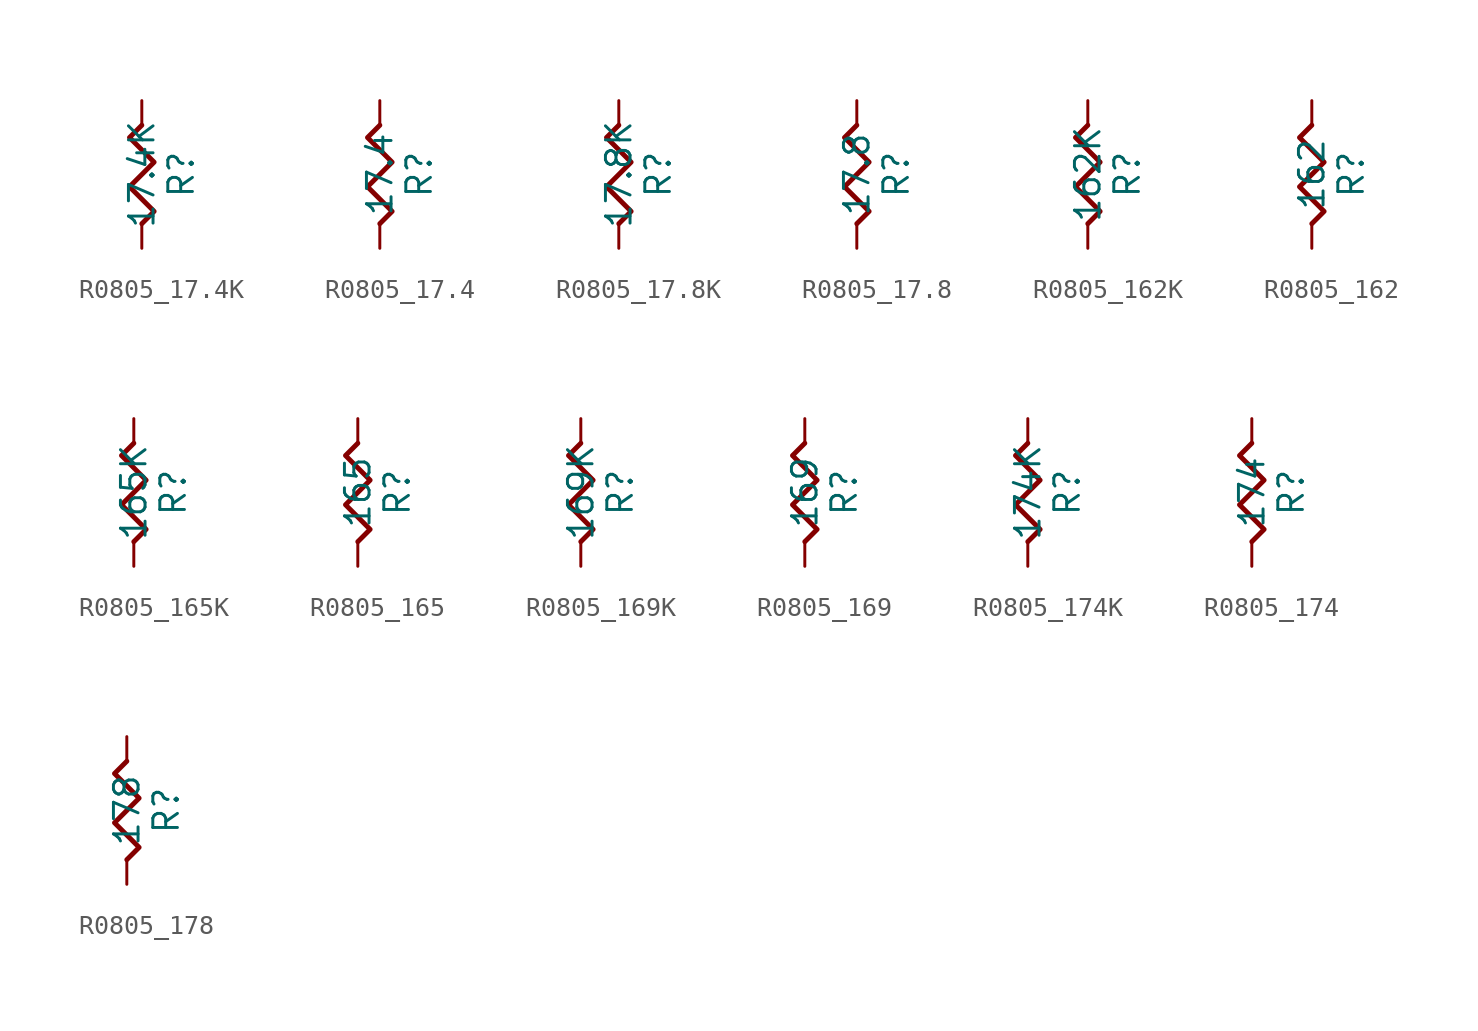
<source format=kicad_sym>
(kicad_symbol_lib
  (version 20211014)
  (generator atlantix-eda)
  (symbol "R0805_17.4K"
    (pin_numbers hide)
    (pin_names
      (offset 0))
    (property "Reference" "R"
      (at 2.032 0 90)
      (effects (font (size 1.27 1.27))))
    (property "Value" "17.4K"
      (at 0 0 90)
      (effects (font (size 1.27 1.27))))
    (symbol "R0805_17.4K_0_1"
      (polyline (pts (xy 0 -2.54) (xy 0.635 -1.905) (xy -0.635 -0.635) (xy 0.635 0.635) (xy -0.635 1.905) (xy 0 2.54)) (stroke (width 0.254) (type default) (color 0 0 0 0)) (fill (type none))))
    (symbol "R0805_17.4K_1_1"
      (pin passive line (at 0 3.81 270) (length 1.27) (name "~" (effects (font (size 1.27 1.27)))) (number "1" (effects (font (size 1.27 1.27)))))
      (pin passive line (at 0 -3.81 90) (length 1.27) (name "~" (effects (font (size 1.27 1.27)))) (number "2" (effects (font (size 1.27 1.27)))))))
  (symbol "R0805_17.4"
    (pin_numbers hide)
    (pin_names
      (offset 0))
    (property "Reference" "R"
      (at 2.032 0 90)
      (effects (font (size 1.27 1.27))))
    (property "Value" "17.4"
      (at 0 0 90)
      (effects (font (size 1.27 1.27))))
    (symbol "R0805_17.4_0_1"
      (polyline (pts (xy 0 -2.54) (xy 0.635 -1.905) (xy -0.635 -0.635) (xy 0.635 0.635) (xy -0.635 1.905) (xy 0 2.54)) (stroke (width 0.254) (type default) (color 0 0 0 0)) (fill (type none))))
    (symbol "R0805_17.4_1_1"
      (pin passive line (at 0 3.81 270) (length 1.27) (name "~" (effects (font (size 1.27 1.27)))) (number "1" (effects (font (size 1.27 1.27)))))
      (pin passive line (at 0 -3.81 90) (length 1.27) (name "~" (effects (font (size 1.27 1.27)))) (number "2" (effects (font (size 1.27 1.27)))))))
  (symbol "R0805_17.8K"
    (pin_numbers hide)
    (pin_names
      (offset 0))
    (property "Reference" "R"
      (at 2.032 0 90)
      (effects (font (size 1.27 1.27))))
    (property "Value" "17.8K"
      (at 0 0 90)
      (effects (font (size 1.27 1.27))))
    (symbol "R0805_17.8K_0_1"
      (polyline (pts (xy 0 -2.54) (xy 0.635 -1.905) (xy -0.635 -0.635) (xy 0.635 0.635) (xy -0.635 1.905) (xy 0 2.54)) (stroke (width 0.254) (type default) (color 0 0 0 0)) (fill (type none))))
    (symbol "R0805_17.8K_1_1"
      (pin passive line (at 0 3.81 270) (length 1.27) (name "~" (effects (font (size 1.27 1.27)))) (number "1" (effects (font (size 1.27 1.27)))))
      (pin passive line (at 0 -3.81 90) (length 1.27) (name "~" (effects (font (size 1.27 1.27)))) (number "2" (effects (font (size 1.27 1.27)))))))
  (symbol "R0805_17.8"
    (pin_numbers hide)
    (pin_names
      (offset 0))
    (property "Reference" "R"
      (at 2.032 0 90)
      (effects (font (size 1.27 1.27))))
    (property "Value" "17.8"
      (at 0 0 90)
      (effects (font (size 1.27 1.27))))
    (symbol "R0805_17.8_0_1"
      (polyline (pts (xy 0 -2.54) (xy 0.635 -1.905) (xy -0.635 -0.635) (xy 0.635 0.635) (xy -0.635 1.905) (xy 0 2.54)) (stroke (width 0.254) (type default) (color 0 0 0 0)) (fill (type none))))
    (symbol "R0805_17.8_1_1"
      (pin passive line (at 0 3.81 270) (length 1.27) (name "~" (effects (font (size 1.27 1.27)))) (number "1" (effects (font (size 1.27 1.27)))))
      (pin passive line (at 0 -3.81 90) (length 1.27) (name "~" (effects (font (size 1.27 1.27)))) (number "2" (effects (font (size 1.27 1.27)))))))
  (symbol "R0805_162K"
    (pin_numbers hide)
    (pin_names
      (offset 0))
    (property "Reference" "R"
      (at 2.032 0 90)
      (effects (font (size 1.27 1.27))))
    (property "Value" "162K"
      (at 0 0 90)
      (effects (font (size 1.27 1.27))))
    (symbol "R0805_162K_0_1"
      (polyline (pts (xy 0 -2.54) (xy 0.635 -1.905) (xy -0.635 -0.635) (xy 0.635 0.635) (xy -0.635 1.905) (xy 0 2.54)) (stroke (width 0.254) (type default) (color 0 0 0 0)) (fill (type none))))
    (symbol "R0805_162K_1_1"
      (pin passive line (at 0 3.81 270) (length 1.27) (name "~" (effects (font (size 1.27 1.27)))) (number "1" (effects (font (size 1.27 1.27)))))
      (pin passive line (at 0 -3.81 90) (length 1.27) (name "~" (effects (font (size 1.27 1.27)))) (number "2" (effects (font (size 1.27 1.27)))))))
  (symbol "R0805_162"
    (pin_numbers hide)
    (pin_names
      (offset 0))
    (property "Reference" "R"
      (at 2.032 0 90)
      (effects (font (size 1.27 1.27))))
    (property "Value" "162"
      (at 0 0 90)
      (effects (font (size 1.27 1.27))))
    (symbol "R0805_162_0_1"
      (polyline (pts (xy 0 -2.54) (xy 0.635 -1.905) (xy -0.635 -0.635) (xy 0.635 0.635) (xy -0.635 1.905) (xy 0 2.54)) (stroke (width 0.254) (type default) (color 0 0 0 0)) (fill (type none))))
    (symbol "R0805_162_1_1"
      (pin passive line (at 0 3.81 270) (length 1.27) (name "~" (effects (font (size 1.27 1.27)))) (number "1" (effects (font (size 1.27 1.27)))))
      (pin passive line (at 0 -3.81 90) (length 1.27) (name "~" (effects (font (size 1.27 1.27)))) (number "2" (effects (font (size 1.27 1.27)))))))
  (symbol "R0805_165K"
    (pin_numbers hide)
    (pin_names
      (offset 0))
    (property "Reference" "R"
      (at 2.032 0 90)
      (effects (font (size 1.27 1.27))))
    (property "Value" "165K"
      (at 0 0 90)
      (effects (font (size 1.27 1.27))))
    (symbol "R0805_165K_0_1"
      (polyline (pts (xy 0 -2.54) (xy 0.635 -1.905) (xy -0.635 -0.635) (xy 0.635 0.635) (xy -0.635 1.905) (xy 0 2.54)) (stroke (width 0.254) (type default) (color 0 0 0 0)) (fill (type none))))
    (symbol "R0805_165K_1_1"
      (pin passive line (at 0 3.81 270) (length 1.27) (name "~" (effects (font (size 1.27 1.27)))) (number "1" (effects (font (size 1.27 1.27)))))
      (pin passive line (at 0 -3.81 90) (length 1.27) (name "~" (effects (font (size 1.27 1.27)))) (number "2" (effects (font (size 1.27 1.27)))))))
  (symbol "R0805_165"
    (pin_numbers hide)
    (pin_names
      (offset 0))
    (property "Reference" "R"
      (at 2.032 0 90)
      (effects (font (size 1.27 1.27))))
    (property "Value" "165"
      (at 0 0 90)
      (effects (font (size 1.27 1.27))))
    (symbol "R0805_165_0_1"
      (polyline (pts (xy 0 -2.54) (xy 0.635 -1.905) (xy -0.635 -0.635) (xy 0.635 0.635) (xy -0.635 1.905) (xy 0 2.54)) (stroke (width 0.254) (type default) (color 0 0 0 0)) (fill (type none))))
    (symbol "R0805_165_1_1"
      (pin passive line (at 0 3.81 270) (length 1.27) (name "~" (effects (font (size 1.27 1.27)))) (number "1" (effects (font (size 1.27 1.27)))))
      (pin passive line (at 0 -3.81 90) (length 1.27) (name "~" (effects (font (size 1.27 1.27)))) (number "2" (effects (font (size 1.27 1.27)))))))
  (symbol "R0805_169K"
    (pin_numbers hide)
    (pin_names
      (offset 0))
    (property "Reference" "R"
      (at 2.032 0 90)
      (effects (font (size 1.27 1.27))))
    (property "Value" "169K"
      (at 0 0 90)
      (effects (font (size 1.27 1.27))))
    (symbol "R0805_169K_0_1"
      (polyline (pts (xy 0 -2.54) (xy 0.635 -1.905) (xy -0.635 -0.635) (xy 0.635 0.635) (xy -0.635 1.905) (xy 0 2.54)) (stroke (width 0.254) (type default) (color 0 0 0 0)) (fill (type none))))
    (symbol "R0805_169K_1_1"
      (pin passive line (at 0 3.81 270) (length 1.27) (name "~" (effects (font (size 1.27 1.27)))) (number "1" (effects (font (size 1.27 1.27)))))
      (pin passive line (at 0 -3.81 90) (length 1.27) (name "~" (effects (font (size 1.27 1.27)))) (number "2" (effects (font (size 1.27 1.27)))))))
  (symbol "R0805_169"
    (pin_numbers hide)
    (pin_names
      (offset 0))
    (property "Reference" "R"
      (at 2.032 0 90)
      (effects (font (size 1.27 1.27))))
    (property "Value" "169"
      (at 0 0 90)
      (effects (font (size 1.27 1.27))))
    (symbol "R0805_169_0_1"
      (polyline (pts (xy 0 -2.54) (xy 0.635 -1.905) (xy -0.635 -0.635) (xy 0.635 0.635) (xy -0.635 1.905) (xy 0 2.54)) (stroke (width 0.254) (type default) (color 0 0 0 0)) (fill (type none))))
    (symbol "R0805_169_1_1"
      (pin passive line (at 0 3.81 270) (length 1.27) (name "~" (effects (font (size 1.27 1.27)))) (number "1" (effects (font (size 1.27 1.27)))))
      (pin passive line (at 0 -3.81 90) (length 1.27) (name "~" (effects (font (size 1.27 1.27)))) (number "2" (effects (font (size 1.27 1.27)))))))
  (symbol "R0805_174K"
    (pin_numbers hide)
    (pin_names
      (offset 0))
    (property "Reference" "R"
      (at 2.032 0 90)
      (effects (font (size 1.27 1.27))))
    (property "Value" "174K"
      (at 0 0 90)
      (effects (font (size 1.27 1.27))))
    (symbol "R0805_174K_0_1"
      (polyline (pts (xy 0 -2.54) (xy 0.635 -1.905) (xy -0.635 -0.635) (xy 0.635 0.635) (xy -0.635 1.905) (xy 0 2.54)) (stroke (width 0.254) (type default) (color 0 0 0 0)) (fill (type none))))
    (symbol "R0805_174K_1_1"
      (pin passive line (at 0 3.81 270) (length 1.27) (name "~" (effects (font (size 1.27 1.27)))) (number "1" (effects (font (size 1.27 1.27)))))
      (pin passive line (at 0 -3.81 90) (length 1.27) (name "~" (effects (font (size 1.27 1.27)))) (number "2" (effects (font (size 1.27 1.27)))))))
  (symbol "R0805_174"
    (pin_numbers hide)
    (pin_names
      (offset 0))
    (property "Reference" "R"
      (at 2.032 0 90)
      (effects (font (size 1.27 1.27))))
    (property "Value" "174"
      (at 0 0 90)
      (effects (font (size 1.27 1.27))))
    (symbol "R0805_174_0_1"
      (polyline (pts (xy 0 -2.54) (xy 0.635 -1.905) (xy -0.635 -0.635) (xy 0.635 0.635) (xy -0.635 1.905) (xy 0 2.54)) (stroke (width 0.254) (type default) (color 0 0 0 0)) (fill (type none))))
    (symbol "R0805_174_1_1"
      (pin passive line (at 0 3.81 270) (length 1.27) (name "~" (effects (font (size 1.27 1.27)))) (number "1" (effects (font (size 1.27 1.27)))))
      (pin passive line (at 0 -3.81 90) (length 1.27) (name "~" (effects (font (size 1.27 1.27)))) (number "2" (effects (font (size 1.27 1.27)))))))
  (symbol "R0805_178"
    (pin_numbers hide)
    (pin_names
      (offset 0))
    (property "Reference" "R"
      (at 2.032 0 90)
      (effects (font (size 1.27 1.27))))
    (property "Value" "178"
      (at 0 0 90)
      (effects (font (size 1.27 1.27))))
    (symbol "R0805_178_0_1"
      (polyline (pts (xy 0 -2.54) (xy 0.635 -1.905) (xy -0.635 -0.635) (xy 0.635 0.635) (xy -0.635 1.905) (xy 0 2.54)) (stroke (width 0.254) (type default) (color 0 0 0 0)) (fill (type none))))
    (symbol "R0805_178_1_1"
      (pin passive line (at 0 3.81 270) (length 1.27) (name "~" (effects (font (size 1.27 1.27)))) (number "1" (effects (font (size 1.27 1.27)))))
      (pin passive line (at 0 -3.81 90) (length 1.27) (name "~" (effects (font (size 1.27 1.27)))) (number "2" (effects (font (size 1.27 1.27))))))))
</source>
